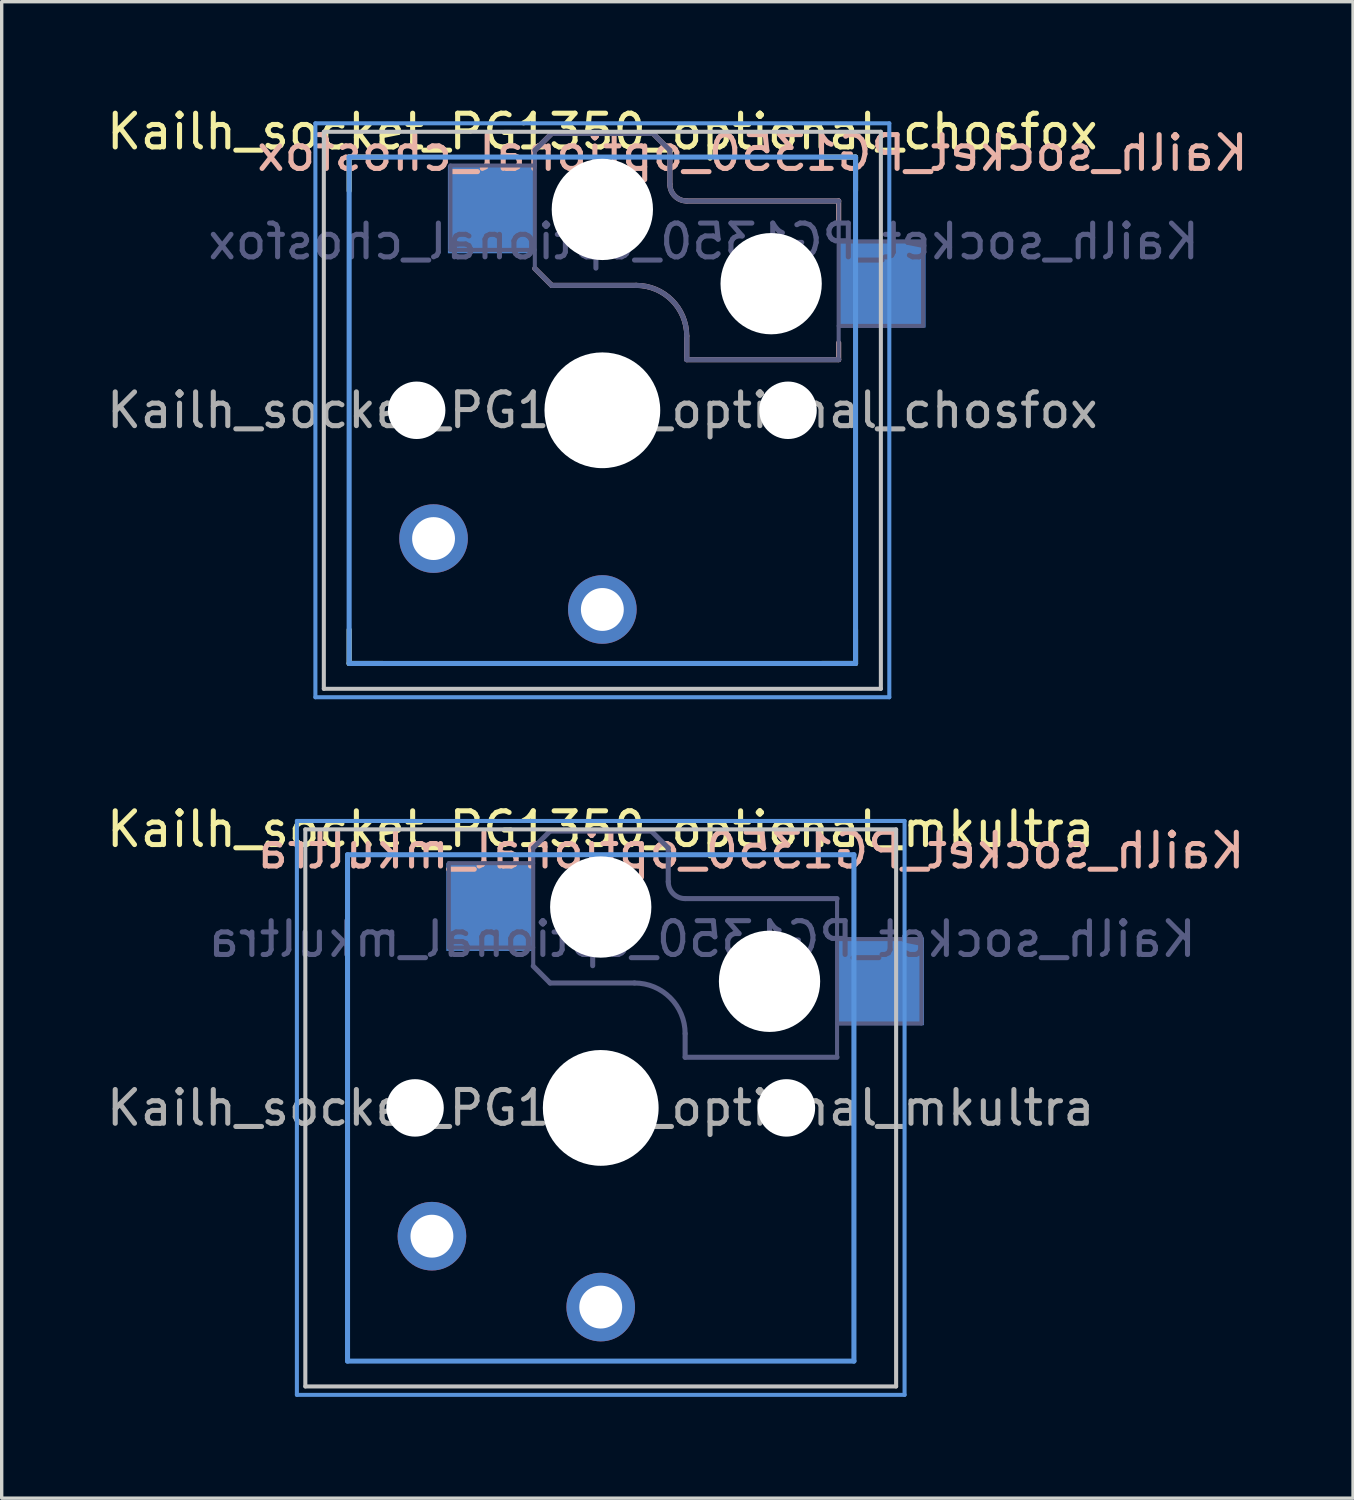
<source format=kicad_pcb>
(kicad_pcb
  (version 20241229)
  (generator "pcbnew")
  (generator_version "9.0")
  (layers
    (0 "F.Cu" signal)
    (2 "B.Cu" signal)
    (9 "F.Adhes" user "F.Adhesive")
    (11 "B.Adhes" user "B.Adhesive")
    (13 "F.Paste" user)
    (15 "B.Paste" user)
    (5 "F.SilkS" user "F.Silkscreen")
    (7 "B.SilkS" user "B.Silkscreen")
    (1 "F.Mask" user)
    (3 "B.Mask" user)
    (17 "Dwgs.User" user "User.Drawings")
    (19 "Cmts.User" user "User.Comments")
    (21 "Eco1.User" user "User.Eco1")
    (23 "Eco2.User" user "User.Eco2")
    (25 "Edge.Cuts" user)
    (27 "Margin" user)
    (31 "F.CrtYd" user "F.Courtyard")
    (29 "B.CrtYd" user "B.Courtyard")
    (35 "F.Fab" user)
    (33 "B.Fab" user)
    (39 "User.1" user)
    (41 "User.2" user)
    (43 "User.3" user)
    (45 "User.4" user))
  (footprint "Kailh_socket_PG1350_optional_mkultra"
    (layer "F.Cu")
    (at 14.744 29.767)
    (property "Reference" "Kailh_socket_PG1350_optional_mkultra" (at 0 -8.255 0) (layer "F.SilkS") (effects (font (size 1 1) (thickness 0.15))))
    (attr through_hole)
    (fp_line (start -8.75 -8.25) (end 8.75 -8.25) (stroke (width 0.12) (type solid)) (layer "Dwgs.User"))
    (fp_line (start -8.75 8.25) (end -8.75 -8.25) (stroke (width 0.12) (type solid)) (layer "Dwgs.User"))
    (fp_line (start -8.75 8.25) (end 8.75 8.25) (stroke (width 0.12) (type solid)) (layer "Dwgs.User"))
    (fp_line (start 8.75 8.25) (end 8.75 -8.25) (stroke (width 0.12) (type solid)) (layer "Dwgs.User"))
    (fp_line (start -9 8.5) (end -9 -8.5) (stroke (width 0.12) (type solid)) (layer "Cmts.User"))
    (fp_line (start -7.5 -7.5) (end 7.5 -7.5) (stroke (width 0.15) (type solid)) (layer "Cmts.User"))
    (fp_line (start -7.5 7.5) (end -7.5 -7.5) (stroke (width 0.15) (type solid)) (layer "Cmts.User"))
    (fp_line (start 7.5 -7.5) (end 7.5 7.5) (stroke (width 0.15) (type solid)) (layer "Cmts.User"))
    (fp_line (start 7.5 7.5) (end -7.5 7.5) (stroke (width 0.15) (type solid)) (layer "Cmts.User"))
    (fp_line (start 9 -8.5) (end -9 -8.5) (stroke (width 0.12) (type solid)) (layer "Cmts.User"))
    (fp_line (start 9 8.5) (end -9 8.5) (stroke (width 0.12) (type solid)) (layer "Cmts.User"))
    (fp_line (start 9 8.5) (end 9 -8.5) (stroke (width 0.12) (type solid)) (layer "Cmts.User"))
    (fp_line (start -4.5 -7.25) (end -2 -7.25) (stroke (width 0.12) (type solid)) (layer "B.Fab"))
    (fp_line (start -4.5 -4.75) (end -4.5 -7.25) (stroke (width 0.12) (type solid)) (layer "B.Fab"))
    (fp_line (start -2 -7.7) (end -1.5 -8.2) (stroke (width 0.15) (type solid)) (layer "B.Fab"))
    (fp_line (start -2 -4.75) (end -4.5 -4.75) (stroke (width 0.12) (type solid)) (layer "B.Fab"))
    (fp_line (start -2 -4.25) (end -2 -7.7) (stroke (width 0.12) (type solid)) (layer "B.Fab"))
    (fp_line (start -2 -4.2) (end -1.5 -3.7) (stroke (width 0.15) (type solid)) (layer "B.Fab"))
    (fp_line (start -1.5 -8.2) (end 1.5 -8.2) (stroke (width 0.15) (type solid)) (layer "B.Fab"))
    (fp_line (start -1.5 -3.7) (end 1 -3.7) (stroke (width 0.15) (type solid)) (layer "B.Fab"))
    (fp_line (start 1.5 -8.2) (end 2 -7.7) (stroke (width 0.15) (type solid)) (layer "B.Fab"))
    (fp_line (start 2 -6.7) (end 2 -7.7) (stroke (width 0.15) (type solid)) (layer "B.Fab"))
    (fp_line (start 2.5 -2.2) (end 2.5 -1.5) (stroke (width 0.15) (type solid)) (layer "B.Fab"))
    (fp_line (start 2.5 -1.5) (end 7 -1.5) (stroke (width 0.15) (type solid)) (layer "B.Fab"))
    (fp_line (start 7 -6.2) (end 2.5 -6.2) (stroke (width 0.15) (type solid)) (layer "B.Fab"))
    (fp_line (start 7 -5) (end 9.5 -5) (stroke (width 0.12) (type solid)) (layer "B.Fab"))
    (fp_line (start 7 -1.5) (end 7 -6.2) (stroke (width 0.12) (type solid)) (layer "B.Fab"))
    (fp_line (start 9.5 -5) (end 9.5 -2.5) (stroke (width 0.12) (type solid)) (layer "B.Fab"))
    (fp_line (start 9.5 -2.5) (end 7 -2.5) (stroke (width 0.12) (type solid)) (layer "B.Fab"))
    (fp_arc (start 1 -3.7) (mid 2.06066 -3.26066) (end 2.5 -2.2) (stroke (width 0.15) (type solid)) (layer "B.Fab"))
    (fp_arc (start 2.5 -6.2) (mid 2.146447 -6.346447) (end 2 -6.7) (stroke (width 0.15) (type solid)) (layer "B.Fab"))
    (fp_text user "${REFERENCE}" (at 4.445 -7.62 0) (layer "B.SilkS") (effects (font (size 1 1) (thickness 0.15)) (justify mirror)))
    (fp_text user "${REFERENCE}" (at 3 -5 180) (layer "B.Fab") (effects (font (size 1 1) (thickness 0.15)) (justify mirror)))
    (fp_text user "${REFERENCE}" (at 0 0 0) (layer "F.Fab") (effects (font (size 1 1) (thickness 0.15))))
    (pad "" np_thru_hole circle (at -5.5 0) (size 1.702 1.702) (drill 1.702) (layers "*.Cu" "*.Mask"))
    (pad "" np_thru_hole circle (at 0 -5.95) (size 3 3) (drill 3) (layers "*.Cu" "*.Mask"))
    (pad "" np_thru_hole circle (at 0 0) (size 3.429 3.429) (drill 3.429) (layers "*.Cu" "*.Mask"))
    (pad "" np_thru_hole circle (at 5 -3.75) (size 3 3) (drill 3) (layers "*.Cu" "*.Mask"))
    (pad "" np_thru_hole circle (at 5.5 0) (size 1.702 1.702) (drill 1.702) (layers "*.Cu" "*.Mask"))
    (pad "1" smd rect (at -3.275 -5.95) (size 2.6 2.6) (layers "B.Cu" "B.Mask" "B.Paste"))
    (pad "1" thru_hole circle (at 0 5.9) (size 2.032 2.032) (drill 1.27) (layers "*.Cu" "*.Mask"))
    (pad "2" thru_hole circle (at -5 3.8) (size 2.032 2.032) (drill 1.27) (layers "*.Cu" "*.Mask"))
    (pad "2" smd rect (at 8.275 -3.75) (size 2.6 2.6) (layers "B.Cu" "B.Mask" "B.Paste")))
  (footprint "Kailh_socket_PG1350_optional_chosfox"
    (layer "F.Cu")
    (at 14.792 9.103)
    (property "Reference" "Kailh_socket_PG1350_optional_chosfox" (at -0.000001 -8.255 0) (layer "F.SilkS") (effects (font (size 1 1) (thickness 0.15))))
    (attr through_hole)
    (fp_line (start -7.5 -6.5) (end -7.5 -7.5) (stroke (width 0.15) (type solid)) (layer "F.SilkS"))
    (fp_line (start -7.5 7.5) (end -7.5 6.5) (stroke (width 0.15) (type solid)) (layer "F.SilkS"))
    (fp_line (start -7.5 7.5) (end -6.5 7.5) (stroke (width 0.15) (type solid)) (layer "F.SilkS"))
    (fp_line (start -6.5 -7.5) (end -7.5 -7.5) (stroke (width 0.15) (type solid)) (layer "F.SilkS"))
    (fp_line (start 6.5 7.5) (end 7.5 7.5) (stroke (width 0.15) (type solid)) (layer "F.SilkS"))
    (fp_line (start 7.5 -7.5) (end 6.5 -7.5) (stroke (width 0.15) (type solid)) (layer "F.SilkS"))
    (fp_line (start 7.5 -7.5) (end 7.5 -6.5) (stroke (width 0.15) (type solid)) (layer "F.SilkS"))
    (fp_line (start 7.5 6.5) (end 7.5 7.5) (stroke (width 0.15) (type solid)) (layer "F.SilkS"))
    (fp_line (start -2 -7.7) (end -1.5 -8.2) (stroke (width 0.15) (type solid)) (layer "B.SilkS"))
    (fp_line (start -2 -4.2) (end -1.5 -3.7) (stroke (width 0.15) (type solid)) (layer "B.SilkS"))
    (fp_line (start -1.5 -8.2) (end 1.5 -8.2) (stroke (width 0.15) (type solid)) (layer "B.SilkS"))
    (fp_line (start -1.5 -3.7) (end 1 -3.7) (stroke (width 0.15) (type solid)) (layer "B.SilkS"))
    (fp_line (start 1.5 -8.2) (end 2 -7.7) (stroke (width 0.15) (type solid)) (layer "B.SilkS"))
    (fp_line (start 2 -6.7) (end 2 -7.7) (stroke (width 0.15) (type solid)) (layer "B.SilkS"))
    (fp_line (start 2.5 -2.2) (end 2.5 -1.5) (stroke (width 0.15) (type solid)) (layer "B.SilkS"))
    (fp_line (start 2.5 -1.5) (end 7 -1.5) (stroke (width 0.15) (type solid)) (layer "B.SilkS"))
    (fp_line (start 7 -6.2) (end 2.5 -6.2) (stroke (width 0.15) (type solid)) (layer "B.SilkS"))
    (fp_line (start 7 -5.6) (end 7 -6.2) (stroke (width 0.15) (type solid)) (layer "B.SilkS"))
    (fp_line (start 7 -1.5) (end 7 -2) (stroke (width 0.15) (type solid)) (layer "B.SilkS"))
    (fp_arc (start 1 -3.7) (mid 2.06066 -3.26066) (end 2.5 -2.2) (stroke (width 0.15) (type solid)) (layer "B.SilkS"))
    (fp_arc (start 2.5 -6.2) (mid 2.146447 -6.346447) (end 2 -6.7) (stroke (width 0.15) (type solid)) (layer "B.SilkS"))
    (fp_line (start -8.25 -8.25) (end 8.25 -8.25) (stroke (width 0.12) (type solid)) (layer "Dwgs.User"))
    (fp_line (start -8.25 8.25) (end -8.25 -8.25) (stroke (width 0.12) (type solid)) (layer "Dwgs.User"))
    (fp_line (start -8.25 8.25) (end 8.25 8.25) (stroke (width 0.12) (type solid)) (layer "Dwgs.User"))
    (fp_line (start 8.25 8.25) (end 8.25 -8.25) (stroke (width 0.12) (type solid)) (layer "Dwgs.User"))
    (fp_line (start -8.5 8.5) (end -8.5 -8.5) (stroke (width 0.12) (type solid)) (layer "Cmts.User"))
    (fp_line (start -7.5 -7.5) (end 7.5 -7.5) (stroke (width 0.15) (type solid)) (layer "Cmts.User"))
    (fp_line (start -7.5 7.5) (end -7.5 -7.5) (stroke (width 0.15) (type solid)) (layer "Cmts.User"))
    (fp_line (start 7.5 -7.5) (end 7.5 7.5) (stroke (width 0.15) (type solid)) (layer "Cmts.User"))
    (fp_line (start 7.5 7.5) (end -7.5 7.5) (stroke (width 0.15) (type solid)) (layer "Cmts.User"))
    (fp_line (start 8.5 -8.5) (end -8.5 -8.5) (stroke (width 0.12) (type solid)) (layer "Cmts.User"))
    (fp_line (start 8.5 8.5) (end -8.5 8.5) (stroke (width 0.12) (type solid)) (layer "Cmts.User"))
    (fp_line (start 8.5 8.5) (end 8.5 -8.5) (stroke (width 0.12) (type solid)) (layer "Cmts.User"))
    (fp_line (start -4.5 -7.25) (end -2 -7.25) (stroke (width 0.12) (type solid)) (layer "B.Fab"))
    (fp_line (start -4.5 -4.75) (end -4.5 -7.25) (stroke (width 0.12) (type solid)) (layer "B.Fab"))
    (fp_line (start -2 -7.7) (end -1.5 -8.2) (stroke (width 0.15) (type solid)) (layer "B.Fab"))
    (fp_line (start -2 -4.75) (end -4.5 -4.75) (stroke (width 0.12) (type solid)) (layer "B.Fab"))
    (fp_line (start -2 -4.25) (end -2 -7.7) (stroke (width 0.12) (type solid)) (layer "B.Fab"))
    (fp_line (start -2 -4.2) (end -1.5 -3.7) (stroke (width 0.15) (type solid)) (layer "B.Fab"))
    (fp_line (start -1.5 -8.2) (end 1.5 -8.2) (stroke (width 0.15) (type solid)) (layer "B.Fab"))
    (fp_line (start -1.5 -3.7) (end 1 -3.7) (stroke (width 0.15) (type solid)) (layer "B.Fab"))
    (fp_line (start 1.5 -8.2) (end 2 -7.7) (stroke (width 0.15) (type solid)) (layer "B.Fab"))
    (fp_line (start 2 -6.7) (end 2 -7.7) (stroke (width 0.15) (type solid)) (layer "B.Fab"))
    (fp_line (start 2.5 -2.2) (end 2.5 -1.5) (stroke (width 0.15) (type solid)) (layer "B.Fab"))
    (fp_line (start 2.5 -1.5) (end 7 -1.5) (stroke (width 0.15) (type solid)) (layer "B.Fab"))
    (fp_line (start 7 -6.2) (end 2.5 -6.2) (stroke (width 0.15) (type solid)) (layer "B.Fab"))
    (fp_line (start 7 -5) (end 9.5 -5) (stroke (width 0.12) (type solid)) (layer "B.Fab"))
    (fp_line (start 7 -1.5) (end 7 -6.2) (stroke (width 0.12) (type solid)) (layer "B.Fab"))
    (fp_line (start 9.5 -5) (end 9.5 -2.5) (stroke (width 0.12) (type solid)) (layer "B.Fab"))
    (fp_line (start 9.5 -2.5) (end 7 -2.5) (stroke (width 0.12) (type solid)) (layer "B.Fab"))
    (fp_arc (start 1 -3.7) (mid 2.06066 -3.26066) (end 2.5 -2.2) (stroke (width 0.15) (type solid)) (layer "B.Fab"))
    (fp_arc (start 2.5 -6.2) (mid 2.146447 -6.346447) (end 2 -6.7) (stroke (width 0.15) (type solid)) (layer "B.Fab"))
    (fp_text user "${REFERENCE}" (at 4.445 -7.62 0) (layer "B.SilkS") (effects (font (size 1 1) (thickness 0.15)) (justify mirror)))
    (fp_text user "${REFERENCE}" (at 3 -5 180) (layer "B.Fab") (effects (font (size 1 1) (thickness 0.15)) (justify mirror)))
    (fp_text user "${REFERENCE}" (at 0 0 0) (layer "F.Fab") (effects (font (size 1 1) (thickness 0.15))))
    (pad "" np_thru_hole circle (at -5.5 0) (size 1.702 1.702) (drill 1.702) (layers "*.Cu" "*.Mask"))
    (pad "" np_thru_hole circle (at 0 -5.95) (size 3 3) (drill 3) (layers "*.Cu" "*.Mask"))
    (pad "" np_thru_hole circle (at 0 0) (size 3.429 3.429) (drill 3.429) (layers "*.Cu" "*.Mask"))
    (pad "" np_thru_hole circle (at 5 -3.75) (size 3 3) (drill 3) (layers "*.Cu" "*.Mask"))
    (pad "" np_thru_hole circle (at 5.5 0) (size 1.702 1.702) (drill 1.702) (layers "*.Cu" "*.Mask"))
    (pad "1" smd rect (at -3.275 -5.95) (size 2.6 2.6) (layers "B.Cu" "B.Mask" "B.Paste"))
    (pad "1" thru_hole circle (at 0 5.9) (size 2.032 2.032) (drill 1.27) (layers "*.Cu" "*.Mask"))
    (pad "2" thru_hole circle (at -5 3.8) (size 2.032 2.032) (drill 1.27) (layers "*.Cu" "*.Mask"))
    (pad "2" smd rect (at 8.275 -3.75) (size 2.6 2.6) (layers "B.Cu" "B.Mask" "B.Paste")))
  (gr_rect
    (start -3 -3)
    (end 37.028 41.327)
    (stroke (width 0.1) (type default))
    (fill no)
    (layer "Edge.Cuts")))
</source>
